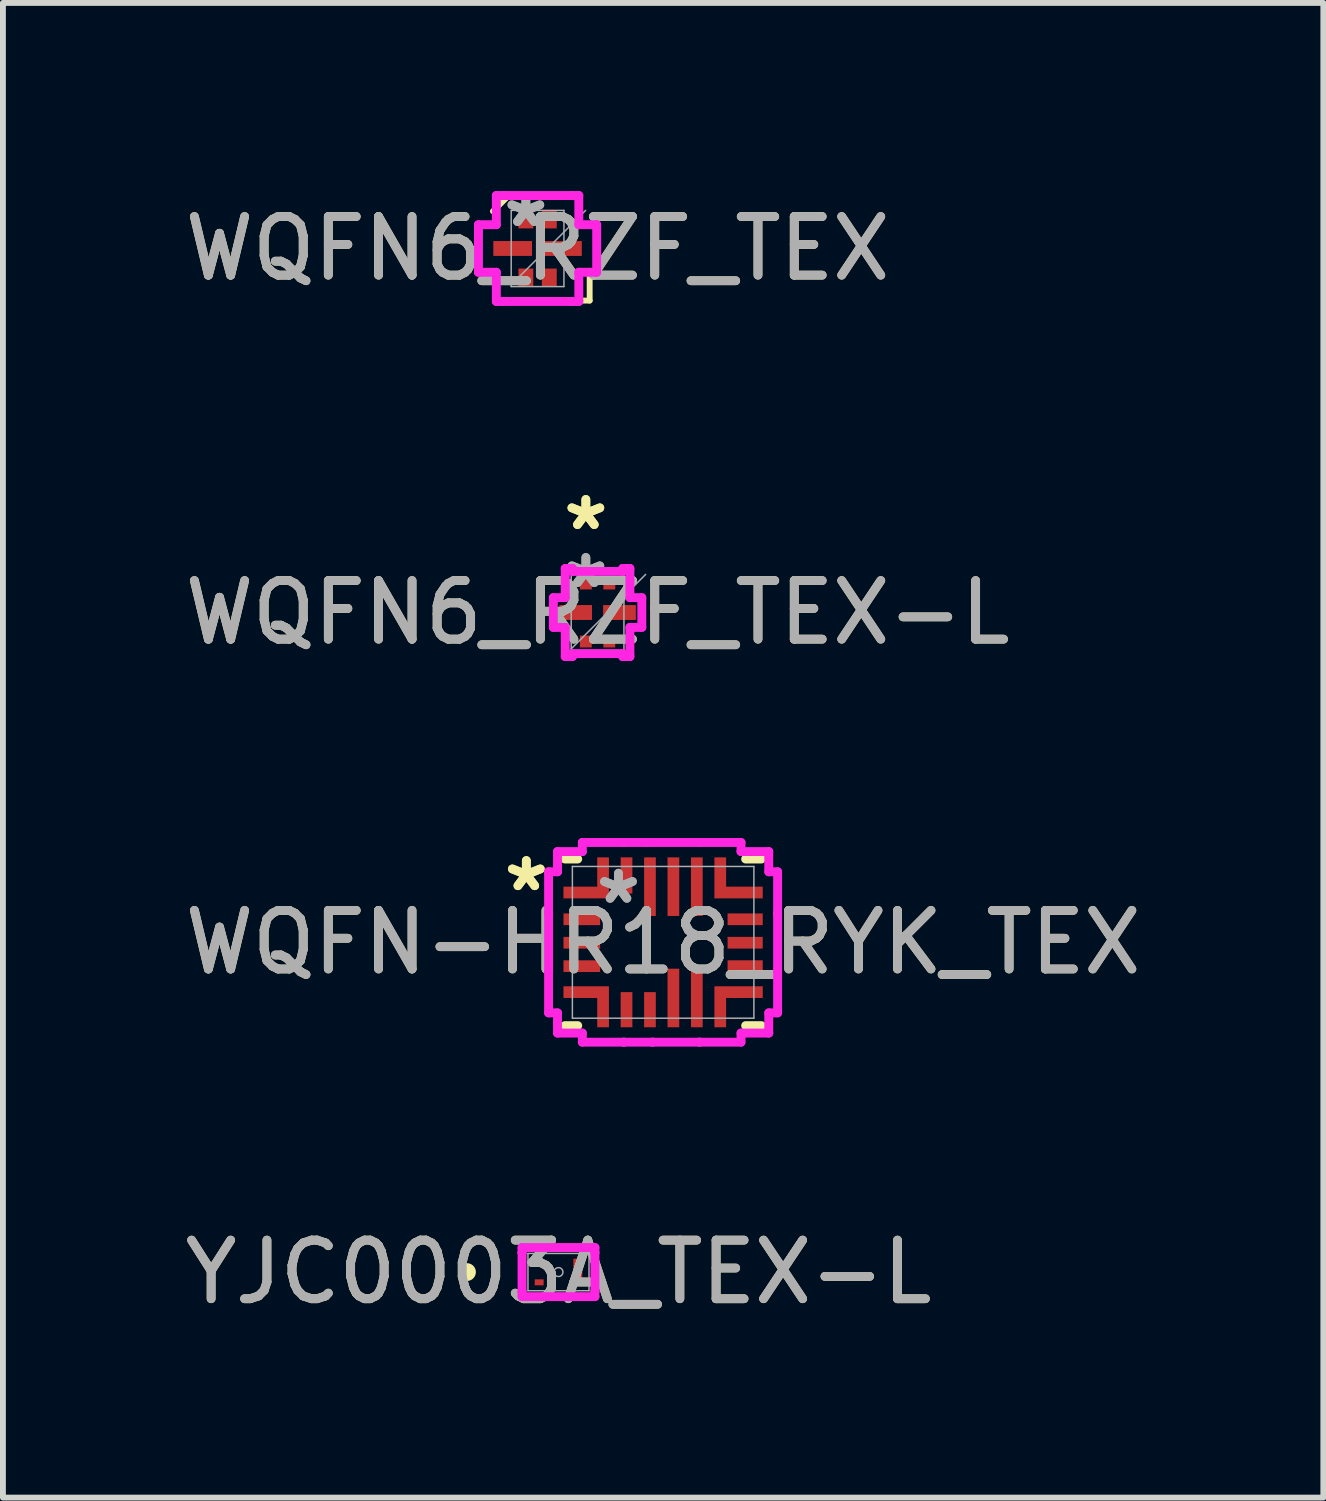
<source format=kicad_pcb>
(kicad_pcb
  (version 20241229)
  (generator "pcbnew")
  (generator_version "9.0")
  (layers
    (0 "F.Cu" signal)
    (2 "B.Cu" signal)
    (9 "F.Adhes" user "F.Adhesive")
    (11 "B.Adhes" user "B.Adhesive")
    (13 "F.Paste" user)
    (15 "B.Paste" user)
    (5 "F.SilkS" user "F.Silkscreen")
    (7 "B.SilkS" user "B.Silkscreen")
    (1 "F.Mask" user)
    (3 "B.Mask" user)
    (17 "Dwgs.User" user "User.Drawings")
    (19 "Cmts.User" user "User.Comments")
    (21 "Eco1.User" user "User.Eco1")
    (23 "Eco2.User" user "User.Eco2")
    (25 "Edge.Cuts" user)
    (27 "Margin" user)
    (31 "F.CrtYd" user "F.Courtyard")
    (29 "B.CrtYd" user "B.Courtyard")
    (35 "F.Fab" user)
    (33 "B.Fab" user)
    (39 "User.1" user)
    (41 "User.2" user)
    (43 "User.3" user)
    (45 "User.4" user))
  (footprint "WQFN6_RZF_TEX"
    (layer "F.Cu")
    (at 6.125 1.191)
    (property "Reference" "WQFN6_RZF_TEX" (at 0 0 0) (unlocked yes) (layer "F.SilkS") (effects (font (size 1 1) (thickness 0.15))))
    (attr smd)
    (fp_line (start -0.508 -0.889) (end -0.762 -0.635) (stroke (width 0.1) (type default)) (layer "F.SilkS"))
    (fp_line (start 0 -0.889) (end -0.508 -0.889) (stroke (width 0.1) (type default)) (layer "F.SilkS"))
    (fp_line (start 0.254 0.889) (end 0.889 0.889) (stroke (width 0.1) (type default)) (layer "F.SilkS"))
    (fp_line (start 0.889 0.889) (end 0.889 0.381) (stroke (width 0.1) (type default)) (layer "F.SilkS"))
    (fp_line (start -1.009 -0.406) (end -0.704 -0.406) (stroke (width 0.152) (type solid)) (layer "F.CrtYd"))
    (fp_line (start -1.009 0.406) (end -1.009 -0.406) (stroke (width 0.152) (type solid)) (layer "F.CrtYd"))
    (fp_line (start -0.704 -0.904) (end -0.581 -0.904) (stroke (width 0.152) (type solid)) (layer "F.CrtYd"))
    (fp_line (start -0.704 -0.406) (end -0.704 -0.904) (stroke (width 0.152) (type solid)) (layer "F.CrtYd"))
    (fp_line (start -0.704 0.406) (end -1.009 0.406) (stroke (width 0.152) (type solid)) (layer "F.CrtYd"))
    (fp_line (start -0.704 0.904) (end -0.704 0.406) (stroke (width 0.152) (type solid)) (layer "F.CrtYd"))
    (fp_line (start -0.704 0.904) (end -0.581 0.904) (stroke (width 0.152) (type solid)) (layer "F.CrtYd"))
    (fp_line (start -0.581 -0.904) (end -0.581 -0.904) (stroke (width 0.152) (type solid)) (layer "F.CrtYd"))
    (fp_line (start -0.581 -0.904) (end 0.581 -0.904) (stroke (width 0.152) (type solid)) (layer "F.CrtYd"))
    (fp_line (start -0.581 0.904) (end -0.581 0.904) (stroke (width 0.152) (type solid)) (layer "F.CrtYd"))
    (fp_line (start -0.581 0.904) (end 0.581 0.904) (stroke (width 0.152) (type solid)) (layer "F.CrtYd"))
    (fp_line (start 0.581 -0.904) (end 0.581 -0.904) (stroke (width 0.152) (type solid)) (layer "F.CrtYd"))
    (fp_line (start 0.581 -0.904) (end 0.704 -0.904) (stroke (width 0.152) (type solid)) (layer "F.CrtYd"))
    (fp_line (start 0.581 0.904) (end 0.581 0.904) (stroke (width 0.152) (type solid)) (layer "F.CrtYd"))
    (fp_line (start 0.581 0.904) (end 0.704 0.904) (stroke (width 0.152) (type solid)) (layer "F.CrtYd"))
    (fp_line (start 0.704 -0.406) (end 0.704 -0.904) (stroke (width 0.152) (type solid)) (layer "F.CrtYd"))
    (fp_line (start 0.704 0.406) (end 1.009 0.406) (stroke (width 0.152) (type solid)) (layer "F.CrtYd"))
    (fp_line (start 0.704 0.904) (end 0.704 0.406) (stroke (width 0.152) (type solid)) (layer "F.CrtYd"))
    (fp_line (start 1.009 -0.406) (end 0.704 -0.406) (stroke (width 0.152) (type solid)) (layer "F.CrtYd"))
    (fp_line (start 1.009 0.406) (end 1.009 -0.406) (stroke (width 0.152) (type solid)) (layer "F.CrtYd"))
    (fp_line (start -0.45 -0.65) (end -0.45 0.65) (stroke (width 0.025) (type solid)) (layer "F.Fab"))
    (fp_line (start -0.45 0.62) (end 0.82 -0.65) (stroke (width 0.025) (type solid)) (layer "F.Fab"))
    (fp_line (start -0.45 0.65) (end 0.45 0.65) (stroke (width 0.025) (type solid)) (layer "F.Fab"))
    (fp_line (start 0.45 -0.65) (end -0.45 -0.65) (stroke (width 0.025) (type solid)) (layer "F.Fab"))
    (fp_line (start 0.45 0.65) (end 0.45 -0.65) (stroke (width 0.025) (type solid)) (layer "F.Fab"))
    (fp_text user "*" (at -0.2 -0.343 0) (unlocked yes) (layer "F.Fab") (effects (font (size 1 1) (thickness 0.15))))
    (fp_text user "${REFERENCE}" (at 0 0 0) (unlocked yes) (layer "F.Fab") (effects (font (size 1 1) (thickness 0.15))))
    (fp_text user "*" (at -0.2 -0.343 0) (layer "F.Fab") (effects (font (size 1 1) (thickness 0.15))))
    (pad "1" smd rect (at -0.2 -0.495) (size 0.254 0.305) (layers "F.Cu" "F.Mask" "F.Paste"))
    (pad "2" smd rect (at -0.425 0 90) (size 0.254 0.66) (layers "F.Cu" "F.Mask" "F.Paste"))
    (pad "3" smd rect (at -0.2 0.495) (size 0.254 0.305) (layers "F.Cu" "F.Mask" "F.Paste"))
    (pad "4" smd rect (at 0.2 0.495) (size 0.254 0.305) (layers "F.Cu" "F.Mask" "F.Paste"))
    (pad "5" smd rect (at 0.425 0 90) (size 0.254 0.66) (layers "F.Cu" "F.Mask" "F.Paste"))
    (pad "6" smd rect (at 0.2 -0.495) (size 0.254 0.305) (layers "F.Cu" "F.Mask" "F.Paste")))
  (footprint "YJC0003A_TEX-L"
    (layer "F.Cu")
    (at 6.482 18.661)
    (property "Reference" "YJC0003A_TEX-L" (at 0 0 0) (unlocked yes) (layer "F.SilkS") (effects (font (size 1 1) (thickness 0.15))))
    (attr smd)
    (fp_circle (center -1.562 0) (end -1.486 0) (stroke (width 0.152) (type solid)) (fill no) (layer "F.SilkS"))
    (fp_line (start -0.622 -0.419) (end 0.622 -0.419) (stroke (width 0.152) (type solid)) (layer "F.CrtYd"))
    (fp_line (start -0.622 -0.33) (end -0.622 -0.419) (stroke (width 0.152) (type solid)) (layer "F.CrtYd"))
    (fp_line (start -0.622 -0.33) (end -0.622 -0.33) (stroke (width 0.152) (type solid)) (layer "F.CrtYd"))
    (fp_line (start -0.622 0.33) (end -0.622 -0.33) (stroke (width 0.152) (type solid)) (layer "F.CrtYd"))
    (fp_line (start -0.622 0.33) (end -0.622 0.33) (stroke (width 0.152) (type solid)) (layer "F.CrtYd"))
    (fp_line (start -0.622 0.419) (end -0.622 0.33) (stroke (width 0.152) (type solid)) (layer "F.CrtYd"))
    (fp_line (start 0.622 -0.419) (end 0.622 -0.33) (stroke (width 0.152) (type solid)) (layer "F.CrtYd"))
    (fp_line (start 0.622 -0.33) (end 0.622 -0.33) (stroke (width 0.152) (type solid)) (layer "F.CrtYd"))
    (fp_line (start 0.622 -0.33) (end 0.622 0.33) (stroke (width 0.152) (type solid)) (layer "F.CrtYd"))
    (fp_line (start 0.622 0.33) (end 0.622 0.33) (stroke (width 0.152) (type solid)) (layer "F.CrtYd"))
    (fp_line (start 0.622 0.33) (end 0.622 0.419) (stroke (width 0.152) (type solid)) (layer "F.CrtYd"))
    (fp_line (start 0.622 0.419) (end -0.622 0.419) (stroke (width 0.152) (type solid)) (layer "F.CrtYd"))
    (fp_line (start -0.521 -0.318) (end -0.521 0.318) (stroke (width 0.025) (type solid)) (layer "F.Fab"))
    (fp_line (start -0.521 0.318) (end 0.521 0.318) (stroke (width 0.025) (type solid)) (layer "F.Fab"))
    (fp_line (start 0.521 -0.318) (end -0.521 -0.318) (stroke (width 0.025) (type solid)) (layer "F.Fab"))
    (fp_line (start 0.521 0.318) (end 0.521 -0.318) (stroke (width 0.025) (type solid)) (layer "F.Fab"))
    (fp_circle (center 0 0) (end 0.076 0) (stroke (width 0.025) (type solid)) (fill no) (layer "F.Fab"))
    (fp_text user "${REFERENCE}" (at 0 0 0) (unlocked yes) (layer "F.Fab") (effects (font (size 1 1) (thickness 0.15))))
    (pad "1" smd rect (at -0.33 -0.175) (size 0.152 0.102) (layers "F.Cu" "F.Mask" "F.Paste"))
    (pad "2" smd rect (at -0.33 0.175) (size 0.152 0.102) (layers "F.Cu" "F.Mask" "F.Paste"))
    (pad "3" smd rect (at 0.33 0) (size 0.152 0.457) (layers "F.Cu" "F.Mask" "F.Paste")))
  (footprint "WQFN6_RZF_TEX-L"
    (layer "F.Cu")
    (at 7.149 7.404)
    (property "Reference" "WQFN6_RZF_TEX-L" (at 0 0 0) (unlocked yes) (layer "F.SilkS") (effects (font (size 1 1) (thickness 0.15))))
    (attr smd)
    (fp_line (start -0.755 -0.254) (end -0.552 -0.254) (stroke (width 0.152) (type solid)) (layer "F.CrtYd"))
    (fp_line (start -0.755 0.254) (end -0.755 -0.254) (stroke (width 0.152) (type solid)) (layer "F.CrtYd"))
    (fp_line (start -0.552 -0.752) (end -0.429 -0.752) (stroke (width 0.152) (type solid)) (layer "F.CrtYd"))
    (fp_line (start -0.552 -0.254) (end -0.552 -0.752) (stroke (width 0.152) (type solid)) (layer "F.CrtYd"))
    (fp_line (start -0.552 0.254) (end -0.755 0.254) (stroke (width 0.152) (type solid)) (layer "F.CrtYd"))
    (fp_line (start -0.552 0.752) (end -0.552 0.254) (stroke (width 0.152) (type solid)) (layer "F.CrtYd"))
    (fp_line (start -0.552 0.752) (end -0.429 0.752) (stroke (width 0.152) (type solid)) (layer "F.CrtYd"))
    (fp_line (start -0.429 -0.752) (end -0.429 -0.701) (stroke (width 0.152) (type solid)) (layer "F.CrtYd"))
    (fp_line (start -0.429 -0.701) (end 0.429 -0.701) (stroke (width 0.152) (type solid)) (layer "F.CrtYd"))
    (fp_line (start -0.429 0.701) (end 0.429 0.701) (stroke (width 0.152) (type solid)) (layer "F.CrtYd"))
    (fp_line (start -0.429 0.752) (end -0.429 0.701) (stroke (width 0.152) (type solid)) (layer "F.CrtYd"))
    (fp_line (start 0.429 -0.752) (end 0.552 -0.752) (stroke (width 0.152) (type solid)) (layer "F.CrtYd"))
    (fp_line (start 0.429 -0.701) (end 0.429 -0.752) (stroke (width 0.152) (type solid)) (layer "F.CrtYd"))
    (fp_line (start 0.429 0.701) (end 0.429 0.752) (stroke (width 0.152) (type solid)) (layer "F.CrtYd"))
    (fp_line (start 0.429 0.752) (end 0.552 0.752) (stroke (width 0.152) (type solid)) (layer "F.CrtYd"))
    (fp_line (start 0.552 -0.254) (end 0.552 -0.752) (stroke (width 0.152) (type solid)) (layer "F.CrtYd"))
    (fp_line (start 0.552 0.254) (end 0.755 0.254) (stroke (width 0.152) (type solid)) (layer "F.CrtYd"))
    (fp_line (start 0.552 0.752) (end 0.552 0.254) (stroke (width 0.152) (type solid)) (layer "F.CrtYd"))
    (fp_line (start 0.755 -0.254) (end 0.552 -0.254) (stroke (width 0.152) (type solid)) (layer "F.CrtYd"))
    (fp_line (start 0.755 0.254) (end 0.755 -0.254) (stroke (width 0.152) (type solid)) (layer "F.CrtYd"))
    (fp_line (start -0.45 -0.65) (end -0.45 0.65) (stroke (width 0.025) (type solid)) (layer "F.Fab"))
    (fp_line (start -0.45 0.62) (end 0.82 -0.65) (stroke (width 0.025) (type solid)) (layer "F.Fab"))
    (fp_line (start -0.45 0.65) (end 0.45 0.65) (stroke (width 0.025) (type solid)) (layer "F.Fab"))
    (fp_line (start 0.45 -0.65) (end -0.45 -0.65) (stroke (width 0.025) (type solid)) (layer "F.Fab"))
    (fp_line (start 0.45 0.65) (end 0.45 -0.65) (stroke (width 0.025) (type solid)) (layer "F.Fab"))
    (fp_text user "*" (at -0.2 -1.384 0) (layer "F.SilkS") (effects (font (size 1 1) (thickness 0.15))))
    (fp_text user "*" (at -0.2 -1.384 0) (unlocked yes) (layer "F.SilkS") (effects (font (size 1 1) (thickness 0.15))))
    (fp_text user "${REFERENCE}" (at 0 0 0) (unlocked yes) (layer "F.Fab") (effects (font (size 1 1) (thickness 0.15))))
    (fp_text user "*" (at -0.2 -0.394 0) (layer "F.Fab") (effects (font (size 1 1) (thickness 0.15))))
    (fp_text user "*" (at -0.2 -0.394 0) (unlocked yes) (layer "F.Fab") (effects (font (size 1 1) (thickness 0.15))))
    (pad "1" smd rect (at -0.2 -0.495) (size 0.203 0.203) (layers "F.Cu" "F.Mask" "F.Paste"))
    (pad "2" smd rect (at -0.374 0 90) (size 0.254 0.559) (layers "F.Cu" "F.Mask" "F.Paste"))
    (pad "3" smd rect (at -0.2 0.495) (size 0.203 0.203) (layers "F.Cu" "F.Mask" "F.Paste"))
    (pad "4" smd rect (at 0.2 0.495) (size 0.203 0.203) (layers "F.Cu" "F.Mask" "F.Paste"))
    (pad "5" smd rect (at 0.374 0 90) (size 0.254 0.559) (layers "F.Cu" "F.Mask" "F.Paste"))
    (pad "6" smd rect (at 0.2 -0.495) (size 0.203 0.203) (layers "F.Cu" "F.Mask" "F.Paste")))
  (footprint "WQFN-HR18_RYK_TEX"
    (layer "F.Cu")
    (at 8.268 13.033)
    (property "Reference" "WQFN-HR18_RYK_TEX" (at 0 0 0) (unlocked yes) (layer "F.SilkS") (effects (font (size 1 1) (thickness 0.15))))
    (attr smd)
    (fp_poly (pts (xy -1.701 -0.95) (xy -1.701 -0.75) (xy -0.925 -0.75) (xy -0.925 -1.45) (xy -1.125 -1.45) (xy -1.125 -0.95)) (stroke (width 0) (type solid)) (fill yes) (layer "F.Cu"))
    (fp_poly (pts (xy -1.701 0.95) (xy -1.701 0.75) (xy -0.925 0.75) (xy -0.925 1.45) (xy -1.125 1.45) (xy -1.125 0.95)) (stroke (width 0) (type solid)) (fill yes) (layer "F.Cu"))
    (fp_poly (pts (xy 0.875 -1.45) (xy 0.875 -0.75) (xy 1.7 -0.75) (xy 1.7 -0.95) (xy 1.075 -0.95) (xy 1.075 -1.45)) (stroke (width 0) (type solid)) (fill yes) (layer "F.Cu"))
    (fp_poly (pts (xy 0.875 1.45) (xy 0.875 0.75) (xy 1.7 0.75) (xy 1.7 0.95) (xy 1.075 0.95) (xy 1.075 1.45)) (stroke (width 0) (type solid)) (fill yes) (layer "F.Cu"))
    (fp_poly (pts (xy -1.701 -0.95) (xy -1.701 -0.75) (xy -0.925 -0.75) (xy -0.925 -1.45) (xy -1.125 -1.45) (xy -1.125 -0.95)) (stroke (width 0) (type solid)) (fill yes) (layer "F.Mask"))
    (fp_poly (pts (xy -1.701 0.95) (xy -1.701 0.75) (xy -0.925 0.75) (xy -0.925 1.45) (xy -1.125 1.45) (xy -1.125 0.95)) (stroke (width 0) (type solid)) (fill yes) (layer "F.Mask"))
    (fp_poly (pts (xy 0.875 -1.45) (xy 0.875 -0.75) (xy 1.7 -0.75) (xy 1.7 -0.95) (xy 1.075 -0.95) (xy 1.075 -1.45)) (stroke (width 0) (type solid)) (fill yes) (layer "F.Mask"))
    (fp_poly (pts (xy 0.875 1.45) (xy 0.875 0.75) (xy 1.7 0.75) (xy 1.7 0.95) (xy 1.075 0.95) (xy 1.075 1.45)) (stroke (width 0) (type solid)) (fill yes) (layer "F.Mask"))
    (fp_line (start -1.676 -1.422) (end -1.458 -1.422) (stroke (width 0.152) (type solid)) (layer "F.SilkS"))
    (fp_line (start -1.458 1.422) (end -1.676 1.422) (stroke (width 0.152) (type solid)) (layer "F.SilkS"))
    (fp_line (start 1.408 -1.422) (end 1.676 -1.422) (stroke (width 0.152) (type solid)) (layer "F.SilkS"))
    (fp_line (start 1.676 1.422) (end 1.408 1.422) (stroke (width 0.152) (type solid)) (layer "F.SilkS"))
    (fp_poly (pts (xy -1.701 -0.95) (xy -1.701 -0.75) (xy -0.925 -0.75) (xy -0.925 -1.45) (xy -1.125 -1.45) (xy -1.125 -0.95)) (stroke (width 0) (type solid)) (fill yes) (layer "F.Paste"))
    (fp_poly (pts (xy -1.701 0.95) (xy -1.701 0.75) (xy -0.925 0.75) (xy -0.925 1.45) (xy -1.125 1.45) (xy -1.125 0.95)) (stroke (width 0) (type solid)) (fill yes) (layer "F.Paste"))
    (fp_poly (pts (xy 0.875 -1.45) (xy 0.875 -0.75) (xy 1.7 -0.75) (xy 1.7 -0.95) (xy 1.075 -0.95) (xy 1.075 -1.45)) (stroke (width 0) (type solid)) (fill yes) (layer "F.Paste"))
    (fp_poly (pts (xy 0.875 1.45) (xy 0.875 0.75) (xy 1.7 0.75) (xy 1.7 0.95) (xy 1.075 0.95) (xy 1.075 1.45)) (stroke (width 0) (type solid)) (fill yes) (layer "F.Paste"))
    (fp_line (start -1.955 -1.204) (end -1.955 -0.496) (stroke (width 0.152) (type solid)) (layer "F.CrtYd"))
    (fp_line (start -1.955 -0.496) (end -1.954 -0.496) (stroke (width 0.152) (type solid)) (layer "F.CrtYd"))
    (fp_line (start -1.955 0.496) (end -1.955 1.204) (stroke (width 0.152) (type solid)) (layer "F.CrtYd"))
    (fp_line (start -1.955 1.204) (end -1.803 1.204) (stroke (width 0.152) (type solid)) (layer "F.CrtYd"))
    (fp_line (start -1.954 -0.496) (end -1.954 0.496) (stroke (width 0.152) (type solid)) (layer "F.CrtYd"))
    (fp_line (start -1.954 0.496) (end -1.955 0.496) (stroke (width 0.152) (type solid)) (layer "F.CrtYd"))
    (fp_line (start -1.803 -1.549) (end -1.803 -1.204) (stroke (width 0.152) (type solid)) (layer "F.CrtYd"))
    (fp_line (start -1.803 -1.204) (end -1.955 -1.204) (stroke (width 0.152) (type solid)) (layer "F.CrtYd"))
    (fp_line (start -1.803 1.204) (end -1.803 1.549) (stroke (width 0.152) (type solid)) (layer "F.CrtYd"))
    (fp_line (start -1.803 1.549) (end -1.379 1.549) (stroke (width 0.152) (type solid)) (layer "F.CrtYd"))
    (fp_line (start -1.379 -1.704) (end -1.379 -1.549) (stroke (width 0.152) (type solid)) (layer "F.CrtYd"))
    (fp_line (start -1.379 -1.549) (end -1.803 -1.549) (stroke (width 0.152) (type solid)) (layer "F.CrtYd"))
    (fp_line (start -1.379 1.549) (end -1.379 1.704) (stroke (width 0.152) (type solid)) (layer "F.CrtYd"))
    (fp_line (start -1.379 1.704) (end -0.671 1.704) (stroke (width 0.152) (type solid)) (layer "F.CrtYd"))
    (fp_line (start -0.671 -1.704) (end -0.671 -1.704) (stroke (width 0.152) (type solid)) (layer "F.CrtYd"))
    (fp_line (start -0.671 -1.704) (end -1.379 -1.704) (stroke (width 0.152) (type solid)) (layer "F.CrtYd"))
    (fp_line (start -0.671 1.704) (end -0.671 1.704) (stroke (width 0.152) (type solid)) (layer "F.CrtYd"))
    (fp_line (start -0.671 1.704) (end -0.179 1.704) (stroke (width 0.152) (type solid)) (layer "F.CrtYd"))
    (fp_line (start -0.271 -1.704) (end -0.671 -1.704) (stroke (width 0.152) (type solid)) (layer "F.CrtYd"))
    (fp_line (start -0.271 -1.704) (end -0.271 -1.704) (stroke (width 0.152) (type solid)) (layer "F.CrtYd"))
    (fp_line (start -0.179 1.704) (end 0.621 1.704) (stroke (width 0.152) (type solid)) (layer "F.CrtYd"))
    (fp_line (start -0.179 1.704) (end -0.179 1.704) (stroke (width 0.152) (type solid)) (layer "F.CrtYd"))
    (fp_line (start 0.621 -1.704) (end 0.621 -1.704) (stroke (width 0.152) (type solid)) (layer "F.CrtYd"))
    (fp_line (start 0.621 -1.704) (end -0.271 -1.704) (stroke (width 0.152) (type solid)) (layer "F.CrtYd"))
    (fp_line (start 0.621 1.704) (end 0.621 1.704) (stroke (width 0.152) (type solid)) (layer "F.CrtYd"))
    (fp_line (start 0.621 1.704) (end 1.329 1.704) (stroke (width 0.152) (type solid)) (layer "F.CrtYd"))
    (fp_line (start 1.329 -1.704) (end 0.621 -1.704) (stroke (width 0.152) (type solid)) (layer "F.CrtYd"))
    (fp_line (start 1.329 -1.549) (end 1.329 -1.704) (stroke (width 0.152) (type solid)) (layer "F.CrtYd"))
    (fp_line (start 1.329 1.549) (end 1.803 1.549) (stroke (width 0.152) (type solid)) (layer "F.CrtYd"))
    (fp_line (start 1.329 1.704) (end 1.329 1.549) (stroke (width 0.152) (type solid)) (layer "F.CrtYd"))
    (fp_line (start 1.803 -1.549) (end 1.329 -1.549) (stroke (width 0.152) (type solid)) (layer "F.CrtYd"))
    (fp_line (start 1.803 -1.204) (end 1.803 -1.549) (stroke (width 0.152) (type solid)) (layer "F.CrtYd"))
    (fp_line (start 1.803 1.204) (end 1.954 1.204) (stroke (width 0.152) (type solid)) (layer "F.CrtYd"))
    (fp_line (start 1.803 1.549) (end 1.803 1.204) (stroke (width 0.152) (type solid)) (layer "F.CrtYd"))
    (fp_line (start 1.954 -1.204) (end 1.803 -1.204) (stroke (width 0.152) (type solid)) (layer "F.CrtYd"))
    (fp_line (start 1.954 -0.496) (end 1.954 -1.204) (stroke (width 0.152) (type solid)) (layer "F.CrtYd"))
    (fp_line (start 1.954 -0.496) (end 1.954 -0.496) (stroke (width 0.152) (type solid)) (layer "F.CrtYd"))
    (fp_line (start 1.954 0.496) (end 1.954 -0.496) (stroke (width 0.152) (type solid)) (layer "F.CrtYd"))
    (fp_line (start 1.954 0.496) (end 1.954 0.496) (stroke (width 0.152) (type solid)) (layer "F.CrtYd"))
    (fp_line (start 1.954 1.204) (end 1.954 0.496) (stroke (width 0.152) (type solid)) (layer "F.CrtYd"))
    (fp_line (start -1.549 -1.295) (end -1.549 1.295) (stroke (width 0.025) (type solid)) (layer "F.Fab"))
    (fp_line (start -1.549 1.295) (end 1.549 1.295) (stroke (width 0.025) (type solid)) (layer "F.Fab"))
    (fp_line (start 1.549 -1.295) (end -1.549 -1.295) (stroke (width 0.025) (type solid)) (layer "F.Fab"))
    (fp_line (start 1.549 1.295) (end 1.549 -1.295) (stroke (width 0.025) (type solid)) (layer "F.Fab"))
    (fp_text user "*" (at -2.335 -0.85 0) (unlocked yes) (layer "F.SilkS") (effects (font (size 1 1) (thickness 0.15))))
    (fp_text user "*" (at -2.335 -0.85 0) (layer "F.SilkS") (effects (font (size 1 1) (thickness 0.15))))
    (fp_text user "${REFERENCE}" (at 0 0 0) (unlocked yes) (layer "F.Fab") (effects (font (size 1 1) (thickness 0.15))))
    (fp_text user "*" (at -0.762 -0.635 0) (unlocked yes) (layer "F.Fab") (effects (font (size 1 1) (thickness 0.15))))
    (fp_text user "*" (at -0.762 -0.635 0) (layer "F.Fab") (effects (font (size 1 1) (thickness 0.15))))
    (pad "1" smd rect (at -1.025 -0.85) (size 0.127 0.127) (layers "F.Cu" "F.Mask" "F.Paste"))
    (pad "2" smd rect (at -1.388 -0.393) (size 0.625 0.2) (layers "F.Cu" "F.Mask" "F.Paste"))
    (pad "3" smd rect (at -1.388 0.007) (size 0.625 0.2) (layers "F.Cu" "F.Mask" "F.Paste"))
    (pad "4" smd rect (at -1.388 0.407) (size 0.625 0.2) (layers "F.Cu" "F.Mask" "F.Paste"))
    (pad "5" smd rect (at -1.025 0.85) (size 0.127 0.127) (layers "F.Cu" "F.Mask" "F.Paste"))
    (pad "6" smd rect (at -0.625 1.15 90) (size 0.6 0.2) (layers "F.Cu" "F.Mask" "F.Paste"))
    (pad "7" smd rect (at -0.225 1.15 90) (size 0.6 0.2) (layers "F.Cu" "F.Mask" "F.Paste"))
    (pad "8" smd rect (at 0.175 0.95) (size 0.2 1) (layers "F.Cu" "F.Mask" "F.Paste"))
    (pad "9" smd rect (at 0.575 0.95) (size 0.2 1) (layers "F.Cu" "F.Mask" "F.Paste"))
    (pad "10" smd rect (at 0.975 0.85) (size 0.127 0.127) (layers "F.Cu" "F.Mask" "F.Paste"))
    (pad "11" smd rect (at 1.4 0.407) (size 0.6 0.2) (layers "F.Cu" "F.Mask" "F.Paste"))
    (pad "12" smd rect (at 1.4 0.007) (size 0.6 0.2) (layers "F.Cu" "F.Mask" "F.Paste"))
    (pad "13" smd rect (at 1.4 -0.393) (size 0.6 0.2) (layers "F.Cu" "F.Mask" "F.Paste"))
    (pad "14" smd rect (at 0.975 -0.85) (size 0.127 0.127) (layers "F.Cu" "F.Mask" "F.Paste"))
    (pad "15" smd rect (at 0.575 -0.95) (size 0.2 1) (layers "F.Cu" "F.Mask" "F.Paste"))
    (pad "16" smd rect (at 0.175 -0.95) (size 0.2 1) (layers "F.Cu" "F.Mask" "F.Paste"))
    (pad "17" smd rect (at -0.225 -0.95) (size 0.2 1) (layers "F.Cu" "F.Mask" "F.Paste"))
    (pad "18" smd rect (at -0.625 -1.141 90) (size 0.619 0.2) (layers "F.Cu" "F.Mask" "F.Paste")))
  (gr_rect
    (start -3 -3)
    (end 19.536 22.51)
    (stroke (width 0.1) (type default))
    (fill no)
    (layer "Edge.Cuts")))
</source>
